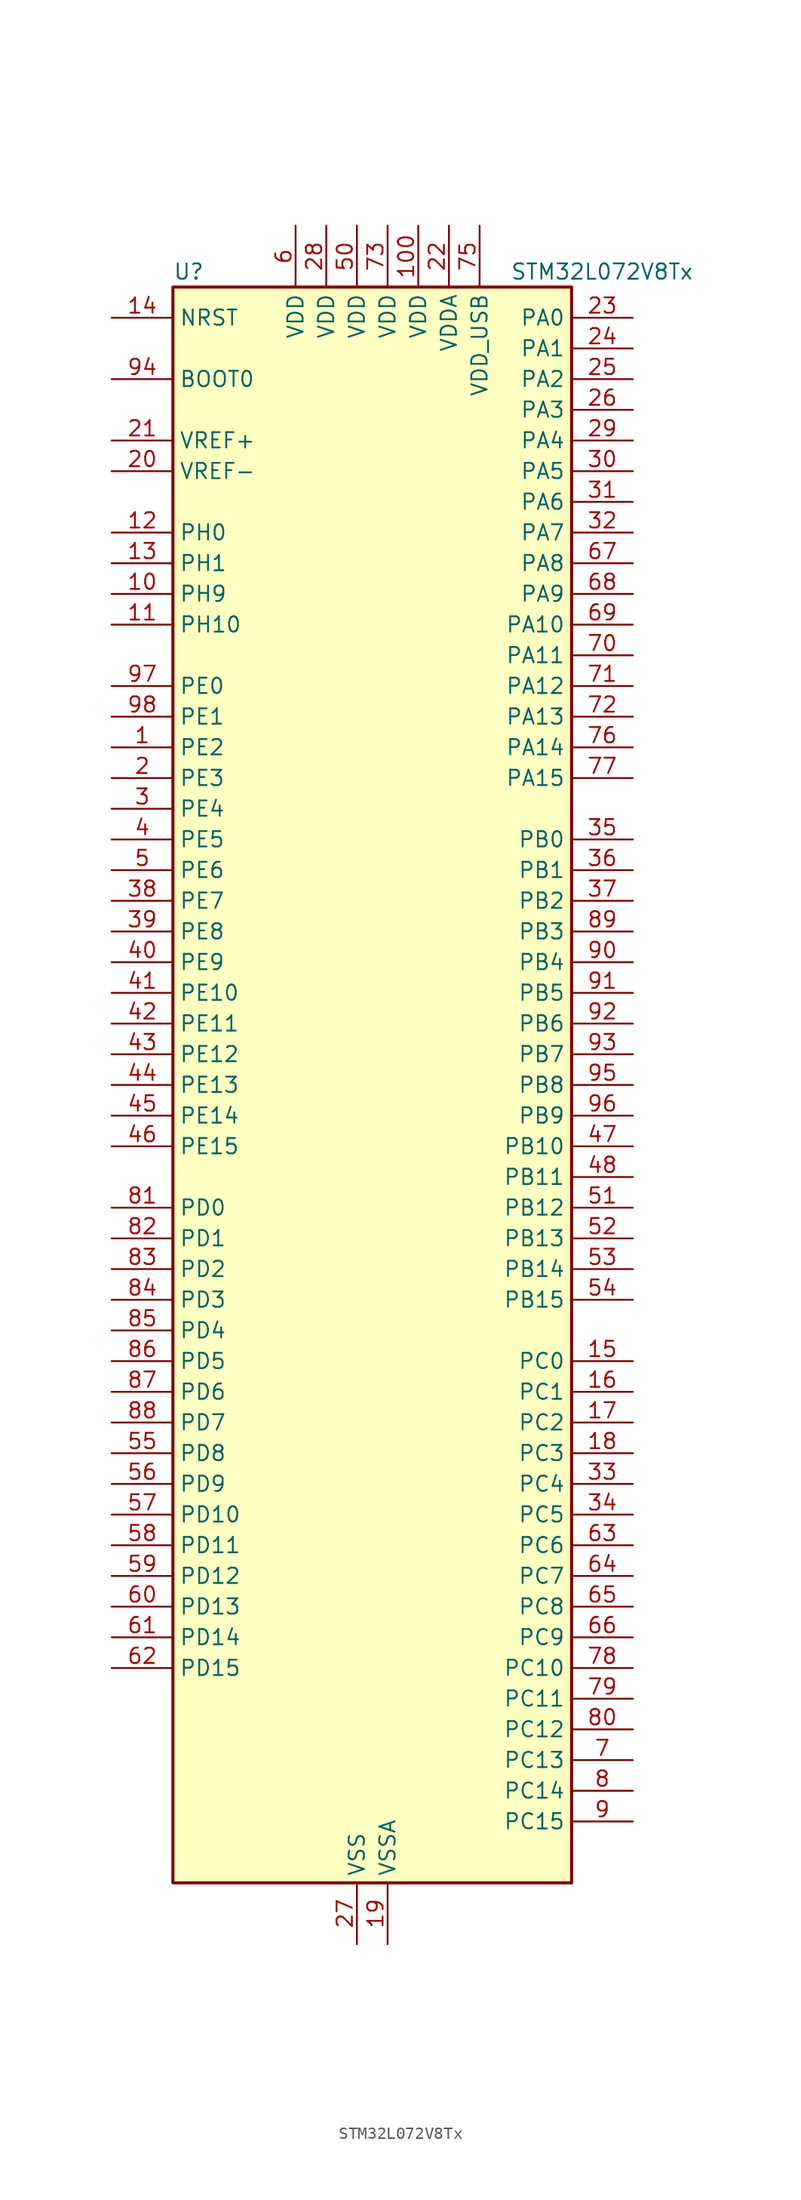
<source format=kicad_sym>
(kicad_symbol_lib
  (version 20220914)
  (generator kicad_symbol_editor)
  (symbol "STM32L072V8Tx"
    (property "Reference" "U"
      (at -15.24 67.31 0)
      (effects (font (size 1.27 1.27)) (justify left)))
    (property "Value" "STM32L072V8Tx"
      (at 12.7 67.31 0)
      (effects (font (size 1.27 1.27)) (justify left)))
    (property "ki_locked" ""
      (at 0 0 0)
      (effects (font (size 1.27 1.27))))
    (symbol "STM32L072V8Tx_0_1"
      (rectangle (start -15.24 -66.04) (end 17.78 66.04) (stroke (width 0.254) (type default)) (fill (type background))))
    (symbol "STM32L072V8Tx_1_1"
      (pin bidirectional line (at -20.32 27.94 0) (length 5.08) (name "PE2" (effects (font (size 1.27 1.27)))) (number "1" (effects (font (size 1.27 1.27)))) (alternate "TIM3_ETR" bidirectional line))
      (pin bidirectional line (at -20.32 40.64 0) (length 5.08) (name "PH9" (effects (font (size 1.27 1.27)))) (number "10" (effects (font (size 1.27 1.27)))) (alternate "DAC_EXTI9" bidirectional line))
      (pin power_in line (at 5.08 71.12 270) (length 5.08) (name "VDD" (effects (font (size 1.27 1.27)))) (number "100" (effects (font (size 1.27 1.27)))))
      (pin bidirectional line (at -20.32 38.1 0) (length 5.08) (name "PH10" (effects (font (size 1.27 1.27)))) (number "11" (effects (font (size 1.27 1.27)))))
      (pin bidirectional line (at -20.32 45.72 0) (length 5.08) (name "PH0" (effects (font (size 1.27 1.27)))) (number "12" (effects (font (size 1.27 1.27)))) (alternate "CRS_SYNC" bidirectional line) (alternate "RCC_OSC_IN" bidirectional line))
      (pin bidirectional line (at -20.32 43.18 0) (length 5.08) (name "PH1" (effects (font (size 1.27 1.27)))) (number "13" (effects (font (size 1.27 1.27)))) (alternate "RCC_OSC_OUT" bidirectional line))
      (pin input line (at -20.32 63.5 0) (length 5.08) (name "NRST" (effects (font (size 1.27 1.27)))) (number "14" (effects (font (size 1.27 1.27)))))
      (pin bidirectional line (at 22.86 -22.86 180) (length 5.08) (name "PC0" (effects (font (size 1.27 1.27)))) (number "15" (effects (font (size 1.27 1.27)))) (alternate "ADC_IN10" bidirectional line) (alternate "I2C3_SCL" bidirectional line) (alternate "LPTIM1_IN1" bidirectional line) (alternate "LPUART1_RX" bidirectional line) (alternate "TSC_G7_IO1" bidirectional line))
      (pin bidirectional line (at 22.86 -25.4 180) (length 5.08) (name "PC1" (effects (font (size 1.27 1.27)))) (number "16" (effects (font (size 1.27 1.27)))) (alternate "ADC_IN11" bidirectional line) (alternate "I2C3_SDA" bidirectional line) (alternate "LPTIM1_OUT" bidirectional line) (alternate "LPUART1_TX" bidirectional line) (alternate "TSC_G7_IO2" bidirectional line))
      (pin bidirectional line (at 22.86 -27.94 180) (length 5.08) (name "PC2" (effects (font (size 1.27 1.27)))) (number "17" (effects (font (size 1.27 1.27)))) (alternate "ADC_IN12" bidirectional line) (alternate "I2S2_MCK" bidirectional line) (alternate "LPTIM1_IN2" bidirectional line) (alternate "SPI2_MISO" bidirectional line) (alternate "TSC_G7_IO3" bidirectional line))
      (pin bidirectional line (at 22.86 -30.48 180) (length 5.08) (name "PC3" (effects (font (size 1.27 1.27)))) (number "18" (effects (font (size 1.27 1.27)))) (alternate "ADC_IN13" bidirectional line) (alternate "I2S2_SD" bidirectional line) (alternate "LPTIM1_ETR" bidirectional line) (alternate "SPI2_MOSI" bidirectional line) (alternate "TSC_G7_IO4" bidirectional line))
      (pin power_in line (at 2.54 -71.12 90) (length 5.08) (name "VSSA" (effects (font (size 1.27 1.27)))) (number "19" (effects (font (size 1.27 1.27)))))
      (pin bidirectional line (at -20.32 25.4 0) (length 5.08) (name "PE3" (effects (font (size 1.27 1.27)))) (number "2" (effects (font (size 1.27 1.27)))) (alternate "TIM22_CH1" bidirectional line) (alternate "TIM3_CH1" bidirectional line))
      (pin input line (at -20.32 50.8 0) (length 5.08) (name "VREF-" (effects (font (size 1.27 1.27)))) (number "20" (effects (font (size 1.27 1.27)))))
      (pin input line (at -20.32 53.34 0) (length 5.08) (name "VREF+" (effects (font (size 1.27 1.27)))) (number "21" (effects (font (size 1.27 1.27)))))
      (pin power_in line (at 7.62 71.12 270) (length 5.08) (name "VDDA" (effects (font (size 1.27 1.27)))) (number "22" (effects (font (size 1.27 1.27)))))
      (pin bidirectional line (at 22.86 63.5 180) (length 5.08) (name "PA0" (effects (font (size 1.27 1.27)))) (number "23" (effects (font (size 1.27 1.27)))) (alternate "ADC_IN0" bidirectional line) (alternate "COMP1_INM" bidirectional line) (alternate "COMP1_OUT" bidirectional line) (alternate "RTC_TAMP2" bidirectional line) (alternate "SYS_WKUP1" bidirectional line) (alternate "TIM2_CH1" bidirectional line) (alternate "TIM2_ETR" bidirectional line) (alternate "TSC_G1_IO1" bidirectional line) (alternate "USART2_CTS" bidirectional line) (alternate "USART4_TX" bidirectional line))
      (pin bidirectional line (at 22.86 60.96 180) (length 5.08) (name "PA1" (effects (font (size 1.27 1.27)))) (number "24" (effects (font (size 1.27 1.27)))) (alternate "ADC_IN1" bidirectional line) (alternate "COMP1_INP" bidirectional line) (alternate "TIM21_ETR" bidirectional line) (alternate "TIM2_CH2" bidirectional line) (alternate "TSC_G1_IO2" bidirectional line) (alternate "USART2_DE" bidirectional line) (alternate "USART2_RTS" bidirectional line) (alternate "USART4_RX" bidirectional line))
      (pin bidirectional line (at 22.86 58.42 180) (length 5.08) (name "PA2" (effects (font (size 1.27 1.27)))) (number "25" (effects (font (size 1.27 1.27)))) (alternate "ADC_IN2" bidirectional line) (alternate "COMP2_INM" bidirectional line) (alternate "COMP2_OUT" bidirectional line) (alternate "LPUART1_TX" bidirectional line) (alternate "TIM21_CH1" bidirectional line) (alternate "TIM2_CH3" bidirectional line) (alternate "TSC_G1_IO3" bidirectional line) (alternate "USART2_TX" bidirectional line))
      (pin bidirectional line (at 22.86 55.88 180) (length 5.08) (name "PA3" (effects (font (size 1.27 1.27)))) (number "26" (effects (font (size 1.27 1.27)))) (alternate "ADC_IN3" bidirectional line) (alternate "COMP2_INP" bidirectional line) (alternate "LPUART1_RX" bidirectional line) (alternate "TIM21_CH2" bidirectional line) (alternate "TIM2_CH4" bidirectional line) (alternate "TSC_G1_IO4" bidirectional line) (alternate "USART2_RX" bidirectional line))
      (pin power_in line (at 0 -71.12 90) (length 5.08) (name "VSS" (effects (font (size 1.27 1.27)))) (number "27" (effects (font (size 1.27 1.27)))))
      (pin power_in line (at -2.54 71.12 270) (length 5.08) (name "VDD" (effects (font (size 1.27 1.27)))) (number "28" (effects (font (size 1.27 1.27)))))
      (pin bidirectional line (at 22.86 53.34 180) (length 5.08) (name "PA4" (effects (font (size 1.27 1.27)))) (number "29" (effects (font (size 1.27 1.27)))) (alternate "ADC_IN4" bidirectional line) (alternate "COMP1_INM" bidirectional line) (alternate "COMP2_INM" bidirectional line) (alternate "DAC_OUT1" bidirectional line) (alternate "SPI1_NSS" bidirectional line) (alternate "TIM22_ETR" bidirectional line) (alternate "TSC_G2_IO1" bidirectional line) (alternate "USART2_CK" bidirectional line))
      (pin bidirectional line (at -20.32 22.86 0) (length 5.08) (name "PE4" (effects (font (size 1.27 1.27)))) (number "3" (effects (font (size 1.27 1.27)))) (alternate "TIM22_CH2" bidirectional line) (alternate "TIM3_CH2" bidirectional line))
      (pin bidirectional line (at 22.86 50.8 180) (length 5.08) (name "PA5" (effects (font (size 1.27 1.27)))) (number "30" (effects (font (size 1.27 1.27)))) (alternate "ADC_IN5" bidirectional line) (alternate "COMP1_INM" bidirectional line) (alternate "COMP2_INM" bidirectional line) (alternate "DAC_OUT2" bidirectional line) (alternate "SPI1_SCK" bidirectional line) (alternate "TIM2_CH1" bidirectional line) (alternate "TIM2_ETR" bidirectional line) (alternate "TSC_G2_IO2" bidirectional line))
      (pin bidirectional line (at 22.86 48.26 180) (length 5.08) (name "PA6" (effects (font (size 1.27 1.27)))) (number "31" (effects (font (size 1.27 1.27)))) (alternate "ADC_IN6" bidirectional line) (alternate "COMP1_OUT" bidirectional line) (alternate "LPUART1_CTS" bidirectional line) (alternate "SPI1_MISO" bidirectional line) (alternate "TIM22_CH1" bidirectional line) (alternate "TIM3_CH1" bidirectional line) (alternate "TSC_G2_IO3" bidirectional line))
      (pin bidirectional line (at 22.86 45.72 180) (length 5.08) (name "PA7" (effects (font (size 1.27 1.27)))) (number "32" (effects (font (size 1.27 1.27)))) (alternate "ADC_IN7" bidirectional line) (alternate "COMP2_OUT" bidirectional line) (alternate "SPI1_MOSI" bidirectional line) (alternate "TIM22_CH2" bidirectional line) (alternate "TIM3_CH2" bidirectional line) (alternate "TSC_G2_IO4" bidirectional line))
      (pin bidirectional line (at 22.86 -33.02 180) (length 5.08) (name "PC4" (effects (font (size 1.27 1.27)))) (number "33" (effects (font (size 1.27 1.27)))) (alternate "ADC_IN14" bidirectional line) (alternate "LPUART1_TX" bidirectional line))
      (pin bidirectional line (at 22.86 -35.56 180) (length 5.08) (name "PC5" (effects (font (size 1.27 1.27)))) (number "34" (effects (font (size 1.27 1.27)))) (alternate "ADC_IN15" bidirectional line) (alternate "LPUART1_RX" bidirectional line) (alternate "TSC_G3_IO1" bidirectional line))
      (pin bidirectional line (at 22.86 20.32 180) (length 5.08) (name "PB0" (effects (font (size 1.27 1.27)))) (number "35" (effects (font (size 1.27 1.27)))) (alternate "ADC_IN8" bidirectional line) (alternate "SYS_VREF_OUT_PB0" bidirectional line) (alternate "TIM3_CH3" bidirectional line) (alternate "TSC_G3_IO2" bidirectional line))
      (pin bidirectional line (at 22.86 17.78 180) (length 5.08) (name "PB1" (effects (font (size 1.27 1.27)))) (number "36" (effects (font (size 1.27 1.27)))) (alternate "ADC_IN9" bidirectional line) (alternate "LPUART1_DE" bidirectional line) (alternate "LPUART1_RTS" bidirectional line) (alternate "SYS_VREF_OUT_PB1" bidirectional line) (alternate "TIM3_CH4" bidirectional line) (alternate "TSC_G3_IO3" bidirectional line))
      (pin bidirectional line (at 22.86 15.24 180) (length 5.08) (name "PB2" (effects (font (size 1.27 1.27)))) (number "37" (effects (font (size 1.27 1.27)))) (alternate "I2C3_SMBA" bidirectional line) (alternate "LPTIM1_OUT" bidirectional line) (alternate "TSC_G3_IO4" bidirectional line))
      (pin bidirectional line (at -20.32 15.24 0) (length 5.08) (name "PE7" (effects (font (size 1.27 1.27)))) (number "38" (effects (font (size 1.27 1.27)))) (alternate "USART5_CK" bidirectional line) (alternate "USART5_DE" bidirectional line) (alternate "USART5_RTS" bidirectional line))
      (pin bidirectional line (at -20.32 12.7 0) (length 5.08) (name "PE8" (effects (font (size 1.27 1.27)))) (number "39" (effects (font (size 1.27 1.27)))) (alternate "USART4_TX" bidirectional line))
      (pin bidirectional line (at -20.32 20.32 0) (length 5.08) (name "PE5" (effects (font (size 1.27 1.27)))) (number "4" (effects (font (size 1.27 1.27)))) (alternate "TIM21_CH1" bidirectional line) (alternate "TIM3_CH3" bidirectional line))
      (pin bidirectional line (at -20.32 10.16 0) (length 5.08) (name "PE9" (effects (font (size 1.27 1.27)))) (number "40" (effects (font (size 1.27 1.27)))) (alternate "DAC_EXTI9" bidirectional line) (alternate "TIM2_CH1" bidirectional line) (alternate "TIM2_ETR" bidirectional line) (alternate "USART4_RX" bidirectional line))
      (pin bidirectional line (at -20.32 7.62 0) (length 5.08) (name "PE10" (effects (font (size 1.27 1.27)))) (number "41" (effects (font (size 1.27 1.27)))) (alternate "TIM2_CH2" bidirectional line) (alternate "USART5_TX" bidirectional line))
      (pin bidirectional line (at -20.32 5.08 0) (length 5.08) (name "PE11" (effects (font (size 1.27 1.27)))) (number "42" (effects (font (size 1.27 1.27)))) (alternate "ADC_EXTI11" bidirectional line) (alternate "TIM2_CH3" bidirectional line) (alternate "USART5_RX" bidirectional line))
      (pin bidirectional line (at -20.32 2.54 0) (length 5.08) (name "PE12" (effects (font (size 1.27 1.27)))) (number "43" (effects (font (size 1.27 1.27)))) (alternate "SPI1_NSS" bidirectional line) (alternate "TIM2_CH4" bidirectional line))
      (pin bidirectional line (at -20.32 0 0) (length 5.08) (name "PE13" (effects (font (size 1.27 1.27)))) (number "44" (effects (font (size 1.27 1.27)))) (alternate "SPI1_SCK" bidirectional line))
      (pin bidirectional line (at -20.32 -2.54 0) (length 5.08) (name "PE14" (effects (font (size 1.27 1.27)))) (number "45" (effects (font (size 1.27 1.27)))) (alternate "SPI1_MISO" bidirectional line))
      (pin bidirectional line (at -20.32 -5.08 0) (length 5.08) (name "PE15" (effects (font (size 1.27 1.27)))) (number "46" (effects (font (size 1.27 1.27)))) (alternate "SPI1_MOSI" bidirectional line))
      (pin bidirectional line (at 22.86 -5.08 180) (length 5.08) (name "PB10" (effects (font (size 1.27 1.27)))) (number "47" (effects (font (size 1.27 1.27)))) (alternate "I2C2_SCL" bidirectional line) (alternate "LPUART1_RX" bidirectional line) (alternate "LPUART1_TX" bidirectional line) (alternate "SPI2_SCK" bidirectional line) (alternate "TIM2_CH3" bidirectional line) (alternate "TSC_SYNC" bidirectional line))
      (pin bidirectional line (at 22.86 -7.62 180) (length 5.08) (name "PB11" (effects (font (size 1.27 1.27)))) (number "48" (effects (font (size 1.27 1.27)))) (alternate "ADC_EXTI11" bidirectional line) (alternate "I2C2_SDA" bidirectional line) (alternate "LPUART1_RX" bidirectional line) (alternate "LPUART1_TX" bidirectional line) (alternate "TIM2_CH4" bidirectional line) (alternate "TSC_G6_IO1" bidirectional line))
      (pin passive line (at 0 -71.12 90) (length 5.08) hide (name "VSS" (effects (font (size 1.27 1.27)))) (number "49" (effects (font (size 1.27 1.27)))))
      (pin bidirectional line (at -20.32 17.78 0) (length 5.08) (name "PE6" (effects (font (size 1.27 1.27)))) (number "5" (effects (font (size 1.27 1.27)))) (alternate "RTC_TAMP3" bidirectional line) (alternate "SYS_WKUP3" bidirectional line) (alternate "TIM21_CH2" bidirectional line) (alternate "TIM3_CH4" bidirectional line))
      (pin power_in line (at 0 71.12 270) (length 5.08) (name "VDD" (effects (font (size 1.27 1.27)))) (number "50" (effects (font (size 1.27 1.27)))))
      (pin bidirectional line (at 22.86 -10.16 180) (length 5.08) (name "PB12" (effects (font (size 1.27 1.27)))) (number "51" (effects (font (size 1.27 1.27)))) (alternate "I2S2_WS" bidirectional line) (alternate "LPUART1_DE" bidirectional line) (alternate "LPUART1_RTS" bidirectional line) (alternate "SPI2_NSS" bidirectional line) (alternate "TSC_G6_IO2" bidirectional line))
      (pin bidirectional line (at 22.86 -12.7 180) (length 5.08) (name "PB13" (effects (font (size 1.27 1.27)))) (number "52" (effects (font (size 1.27 1.27)))) (alternate "I2C2_SCL" bidirectional line) (alternate "I2S2_CK" bidirectional line) (alternate "LPUART1_CTS" bidirectional line) (alternate "RCC_MCO" bidirectional line) (alternate "SPI2_SCK" bidirectional line) (alternate "TIM21_CH1" bidirectional line) (alternate "TSC_G6_IO3" bidirectional line))
      (pin bidirectional line (at 22.86 -15.24 180) (length 5.08) (name "PB14" (effects (font (size 1.27 1.27)))) (number "53" (effects (font (size 1.27 1.27)))) (alternate "I2C2_SDA" bidirectional line) (alternate "I2S2_MCK" bidirectional line) (alternate "LPUART1_DE" bidirectional line) (alternate "LPUART1_RTS" bidirectional line) (alternate "RTC_OUT_ALARM" bidirectional line) (alternate "RTC_OUT_CALIB" bidirectional line) (alternate "SPI2_MISO" bidirectional line) (alternate "TIM21_CH2" bidirectional line) (alternate "TSC_G6_IO4" bidirectional line))
      (pin bidirectional line (at 22.86 -17.78 180) (length 5.08) (name "PB15" (effects (font (size 1.27 1.27)))) (number "54" (effects (font (size 1.27 1.27)))) (alternate "I2S2_SD" bidirectional line) (alternate "RTC_REFIN" bidirectional line) (alternate "SPI2_MOSI" bidirectional line))
      (pin bidirectional line (at -20.32 -30.48 0) (length 5.08) (name "PD8" (effects (font (size 1.27 1.27)))) (number "55" (effects (font (size 1.27 1.27)))) (alternate "LPUART1_TX" bidirectional line))
      (pin bidirectional line (at -20.32 -33.02 0) (length 5.08) (name "PD9" (effects (font (size 1.27 1.27)))) (number "56" (effects (font (size 1.27 1.27)))) (alternate "DAC_EXTI9" bidirectional line) (alternate "LPUART1_RX" bidirectional line))
      (pin bidirectional line (at -20.32 -35.56 0) (length 5.08) (name "PD10" (effects (font (size 1.27 1.27)))) (number "57" (effects (font (size 1.27 1.27)))))
      (pin bidirectional line (at -20.32 -38.1 0) (length 5.08) (name "PD11" (effects (font (size 1.27 1.27)))) (number "58" (effects (font (size 1.27 1.27)))) (alternate "ADC_EXTI11" bidirectional line) (alternate "LPUART1_CTS" bidirectional line))
      (pin bidirectional line (at -20.32 -40.64 0) (length 5.08) (name "PD12" (effects (font (size 1.27 1.27)))) (number "59" (effects (font (size 1.27 1.27)))) (alternate "LPUART1_DE" bidirectional line) (alternate "LPUART1_RTS" bidirectional line))
      (pin power_in line (at -5.08 71.12 270) (length 5.08) (name "VDD" (effects (font (size 1.27 1.27)))) (number "6" (effects (font (size 1.27 1.27)))))
      (pin bidirectional line (at -20.32 -43.18 0) (length 5.08) (name "PD13" (effects (font (size 1.27 1.27)))) (number "60" (effects (font (size 1.27 1.27)))))
      (pin bidirectional line (at -20.32 -45.72 0) (length 5.08) (name "PD14" (effects (font (size 1.27 1.27)))) (number "61" (effects (font (size 1.27 1.27)))))
      (pin bidirectional line (at -20.32 -48.26 0) (length 5.08) (name "PD15" (effects (font (size 1.27 1.27)))) (number "62" (effects (font (size 1.27 1.27)))) (alternate "CRS_SYNC" bidirectional line))
      (pin bidirectional line (at 22.86 -38.1 180) (length 5.08) (name "PC6" (effects (font (size 1.27 1.27)))) (number "63" (effects (font (size 1.27 1.27)))) (alternate "TIM22_CH1" bidirectional line) (alternate "TIM3_CH1" bidirectional line) (alternate "TSC_G8_IO1" bidirectional line))
      (pin bidirectional line (at 22.86 -40.64 180) (length 5.08) (name "PC7" (effects (font (size 1.27 1.27)))) (number "64" (effects (font (size 1.27 1.27)))) (alternate "TIM22_CH2" bidirectional line) (alternate "TIM3_CH2" bidirectional line) (alternate "TSC_G8_IO2" bidirectional line))
      (pin bidirectional line (at 22.86 -43.18 180) (length 5.08) (name "PC8" (effects (font (size 1.27 1.27)))) (number "65" (effects (font (size 1.27 1.27)))) (alternate "TIM22_ETR" bidirectional line) (alternate "TIM3_CH3" bidirectional line) (alternate "TSC_G8_IO3" bidirectional line))
      (pin bidirectional line (at 22.86 -45.72 180) (length 5.08) (name "PC9" (effects (font (size 1.27 1.27)))) (number "66" (effects (font (size 1.27 1.27)))) (alternate "DAC_EXTI9" bidirectional line) (alternate "I2C3_SDA" bidirectional line) (alternate "TIM21_ETR" bidirectional line) (alternate "TIM3_CH4" bidirectional line) (alternate "TSC_G8_IO4" bidirectional line) (alternate "USB_NOE" bidirectional line))
      (pin bidirectional line (at 22.86 43.18 180) (length 5.08) (name "PA8" (effects (font (size 1.27 1.27)))) (number "67" (effects (font (size 1.27 1.27)))) (alternate "CRS_SYNC" bidirectional line) (alternate "I2C3_SCL" bidirectional line) (alternate "RCC_MCO" bidirectional line) (alternate "USART1_CK" bidirectional line))
      (pin bidirectional line (at 22.86 40.64 180) (length 5.08) (name "PA9" (effects (font (size 1.27 1.27)))) (number "68" (effects (font (size 1.27 1.27)))) (alternate "DAC_EXTI9" bidirectional line) (alternate "I2C1_SCL" bidirectional line) (alternate "I2C3_SMBA" bidirectional line) (alternate "RCC_MCO" bidirectional line) (alternate "TSC_G4_IO1" bidirectional line) (alternate "USART1_TX" bidirectional line))
      (pin bidirectional line (at 22.86 38.1 180) (length 5.08) (name "PA10" (effects (font (size 1.27 1.27)))) (number "69" (effects (font (size 1.27 1.27)))) (alternate "I2C1_SDA" bidirectional line) (alternate "TSC_G4_IO2" bidirectional line) (alternate "USART1_RX" bidirectional line))
      (pin bidirectional line (at 22.86 -55.88 180) (length 5.08) (name "PC13" (effects (font (size 1.27 1.27)))) (number "7" (effects (font (size 1.27 1.27)))) (alternate "RTC_OUT_ALARM" bidirectional line) (alternate "RTC_OUT_CALIB" bidirectional line) (alternate "RTC_TAMP1" bidirectional line) (alternate "RTC_TS" bidirectional line) (alternate "SYS_WKUP2" bidirectional line))
      (pin bidirectional line (at 22.86 35.56 180) (length 5.08) (name "PA11" (effects (font (size 1.27 1.27)))) (number "70" (effects (font (size 1.27 1.27)))) (alternate "ADC_EXTI11" bidirectional line) (alternate "COMP1_OUT" bidirectional line) (alternate "SPI1_MISO" bidirectional line) (alternate "TSC_G4_IO3" bidirectional line) (alternate "USART1_CTS" bidirectional line) (alternate "USB_DM" bidirectional line))
      (pin bidirectional line (at 22.86 33.02 180) (length 5.08) (name "PA12" (effects (font (size 1.27 1.27)))) (number "71" (effects (font (size 1.27 1.27)))) (alternate "COMP2_OUT" bidirectional line) (alternate "SPI1_MOSI" bidirectional line) (alternate "TSC_G4_IO4" bidirectional line) (alternate "USART1_DE" bidirectional line) (alternate "USART1_RTS" bidirectional line) (alternate "USB_DP" bidirectional line))
      (pin bidirectional line (at 22.86 30.48 180) (length 5.08) (name "PA13" (effects (font (size 1.27 1.27)))) (number "72" (effects (font (size 1.27 1.27)))) (alternate "LPUART1_RX" bidirectional line) (alternate "SYS_SWDIO" bidirectional line) (alternate "USB_NOE" bidirectional line))
      (pin power_in line (at 2.54 71.12 270) (length 5.08) (name "VDD" (effects (font (size 1.27 1.27)))) (number "73" (effects (font (size 1.27 1.27)))))
      (pin passive line (at 0 -71.12 90) (length 5.08) hide (name "VSS" (effects (font (size 1.27 1.27)))) (number "74" (effects (font (size 1.27 1.27)))))
      (pin power_in line (at 10.16 71.12 270) (length 5.08) (name "VDD_USB" (effects (font (size 1.27 1.27)))) (number "75" (effects (font (size 1.27 1.27)))))
      (pin bidirectional line (at 22.86 27.94 180) (length 5.08) (name "PA14" (effects (font (size 1.27 1.27)))) (number "76" (effects (font (size 1.27 1.27)))) (alternate "LPUART1_TX" bidirectional line) (alternate "SYS_SWCLK" bidirectional line) (alternate "USART2_TX" bidirectional line))
      (pin bidirectional line (at 22.86 25.4 180) (length 5.08) (name "PA15" (effects (font (size 1.27 1.27)))) (number "77" (effects (font (size 1.27 1.27)))) (alternate "SPI1_NSS" bidirectional line) (alternate "TIM2_CH1" bidirectional line) (alternate "TIM2_ETR" bidirectional line) (alternate "USART2_RX" bidirectional line) (alternate "USART4_DE" bidirectional line) (alternate "USART4_RTS" bidirectional line))
      (pin bidirectional line (at 22.86 -48.26 180) (length 5.08) (name "PC10" (effects (font (size 1.27 1.27)))) (number "78" (effects (font (size 1.27 1.27)))) (alternate "LPUART1_TX" bidirectional line) (alternate "USART4_TX" bidirectional line))
      (pin bidirectional line (at 22.86 -50.8 180) (length 5.08) (name "PC11" (effects (font (size 1.27 1.27)))) (number "79" (effects (font (size 1.27 1.27)))) (alternate "ADC_EXTI11" bidirectional line) (alternate "LPUART1_RX" bidirectional line) (alternate "USART4_RX" bidirectional line))
      (pin bidirectional line (at 22.86 -58.42 180) (length 5.08) (name "PC14" (effects (font (size 1.27 1.27)))) (number "8" (effects (font (size 1.27 1.27)))) (alternate "RCC_OSC32_IN" bidirectional line))
      (pin bidirectional line (at 22.86 -53.34 180) (length 5.08) (name "PC12" (effects (font (size 1.27 1.27)))) (number "80" (effects (font (size 1.27 1.27)))) (alternate "USART4_CK" bidirectional line) (alternate "USART5_TX" bidirectional line))
      (pin bidirectional line (at -20.32 -10.16 0) (length 5.08) (name "PD0" (effects (font (size 1.27 1.27)))) (number "81" (effects (font (size 1.27 1.27)))) (alternate "I2S2_WS" bidirectional line) (alternate "SPI2_NSS" bidirectional line) (alternate "TIM21_CH1" bidirectional line))
      (pin bidirectional line (at -20.32 -12.7 0) (length 5.08) (name "PD1" (effects (font (size 1.27 1.27)))) (number "82" (effects (font (size 1.27 1.27)))) (alternate "I2S2_CK" bidirectional line) (alternate "SPI2_SCK" bidirectional line))
      (pin bidirectional line (at -20.32 -15.24 0) (length 5.08) (name "PD2" (effects (font (size 1.27 1.27)))) (number "83" (effects (font (size 1.27 1.27)))) (alternate "LPUART1_DE" bidirectional line) (alternate "LPUART1_RTS" bidirectional line) (alternate "TIM3_ETR" bidirectional line) (alternate "USART5_RX" bidirectional line))
      (pin bidirectional line (at -20.32 -17.78 0) (length 5.08) (name "PD3" (effects (font (size 1.27 1.27)))) (number "84" (effects (font (size 1.27 1.27)))) (alternate "I2S2_MCK" bidirectional line) (alternate "SPI2_MISO" bidirectional line) (alternate "USART2_CTS" bidirectional line))
      (pin bidirectional line (at -20.32 -20.32 0) (length 5.08) (name "PD4" (effects (font (size 1.27 1.27)))) (number "85" (effects (font (size 1.27 1.27)))) (alternate "I2S2_SD" bidirectional line) (alternate "SPI2_MOSI" bidirectional line) (alternate "USART2_DE" bidirectional line) (alternate "USART2_RTS" bidirectional line))
      (pin bidirectional line (at -20.32 -22.86 0) (length 5.08) (name "PD5" (effects (font (size 1.27 1.27)))) (number "86" (effects (font (size 1.27 1.27)))) (alternate "USART2_TX" bidirectional line))
      (pin bidirectional line (at -20.32 -25.4 0) (length 5.08) (name "PD6" (effects (font (size 1.27 1.27)))) (number "87" (effects (font (size 1.27 1.27)))) (alternate "USART2_RX" bidirectional line))
      (pin bidirectional line (at -20.32 -27.94 0) (length 5.08) (name "PD7" (effects (font (size 1.27 1.27)))) (number "88" (effects (font (size 1.27 1.27)))) (alternate "TIM21_CH2" bidirectional line) (alternate "USART2_CK" bidirectional line))
      (pin bidirectional line (at 22.86 12.7 180) (length 5.08) (name "PB3" (effects (font (size 1.27 1.27)))) (number "89" (effects (font (size 1.27 1.27)))) (alternate "COMP2_INM" bidirectional line) (alternate "SPI1_SCK" bidirectional line) (alternate "TIM2_CH2" bidirectional line) (alternate "TSC_G5_IO1" bidirectional line) (alternate "USART1_DE" bidirectional line) (alternate "USART1_RTS" bidirectional line) (alternate "USART5_TX" bidirectional line))
      (pin bidirectional line (at 22.86 -60.96 180) (length 5.08) (name "PC15" (effects (font (size 1.27 1.27)))) (number "9" (effects (font (size 1.27 1.27)))) (alternate "RCC_OSC32_OUT" bidirectional line))
      (pin bidirectional line (at 22.86 10.16 180) (length 5.08) (name "PB4" (effects (font (size 1.27 1.27)))) (number "90" (effects (font (size 1.27 1.27)))) (alternate "COMP2_INP" bidirectional line) (alternate "I2C3_SDA" bidirectional line) (alternate "SPI1_MISO" bidirectional line) (alternate "TIM22_CH1" bidirectional line) (alternate "TIM3_CH1" bidirectional line) (alternate "TSC_G5_IO2" bidirectional line) (alternate "USART1_CTS" bidirectional line) (alternate "USART5_RX" bidirectional line))
      (pin bidirectional line (at 22.86 7.62 180) (length 5.08) (name "PB5" (effects (font (size 1.27 1.27)))) (number "91" (effects (font (size 1.27 1.27)))) (alternate "COMP2_INP" bidirectional line) (alternate "I2C1_SMBA" bidirectional line) (alternate "LPTIM1_IN1" bidirectional line) (alternate "SPI1_MOSI" bidirectional line) (alternate "TIM22_CH2" bidirectional line) (alternate "TIM3_CH2" bidirectional line) (alternate "USART1_CK" bidirectional line) (alternate "USART5_CK" bidirectional line) (alternate "USART5_DE" bidirectional line) (alternate "USART5_RTS" bidirectional line))
      (pin bidirectional line (at 22.86 5.08 180) (length 5.08) (name "PB6" (effects (font (size 1.27 1.27)))) (number "92" (effects (font (size 1.27 1.27)))) (alternate "COMP2_INP" bidirectional line) (alternate "I2C1_SCL" bidirectional line) (alternate "LPTIM1_ETR" bidirectional line) (alternate "TSC_G5_IO3" bidirectional line) (alternate "USART1_TX" bidirectional line))
      (pin bidirectional line (at 22.86 2.54 180) (length 5.08) (name "PB7" (effects (font (size 1.27 1.27)))) (number "93" (effects (font (size 1.27 1.27)))) (alternate "COMP2_INP" bidirectional line) (alternate "I2C1_SDA" bidirectional line) (alternate "LPTIM1_IN2" bidirectional line) (alternate "SYS_PVD_IN" bidirectional line) (alternate "TSC_G5_IO4" bidirectional line) (alternate "USART1_RX" bidirectional line) (alternate "USART4_CTS" bidirectional line))
      (pin input line (at -20.32 58.42 0) (length 5.08) (name "BOOT0" (effects (font (size 1.27 1.27)))) (number "94" (effects (font (size 1.27 1.27)))))
      (pin bidirectional line (at 22.86 0 180) (length 5.08) (name "PB8" (effects (font (size 1.27 1.27)))) (number "95" (effects (font (size 1.27 1.27)))) (alternate "I2C1_SCL" bidirectional line) (alternate "TSC_SYNC" bidirectional line))
      (pin bidirectional line (at 22.86 -2.54 180) (length 5.08) (name "PB9" (effects (font (size 1.27 1.27)))) (number "96" (effects (font (size 1.27 1.27)))) (alternate "DAC_EXTI9" bidirectional line) (alternate "I2C1_SDA" bidirectional line) (alternate "I2S2_WS" bidirectional line) (alternate "SPI2_NSS" bidirectional line))
      (pin bidirectional line (at -20.32 33.02 0) (length 5.08) (name "PE0" (effects (font (size 1.27 1.27)))) (number "97" (effects (font (size 1.27 1.27)))))
      (pin bidirectional line (at -20.32 30.48 0) (length 5.08) (name "PE1" (effects (font (size 1.27 1.27)))) (number "98" (effects (font (size 1.27 1.27)))))
      (pin passive line (at 0 -71.12 90) (length 5.08) hide (name "VSS" (effects (font (size 1.27 1.27)))) (number "99" (effects (font (size 1.27 1.27))))))))
</source>
